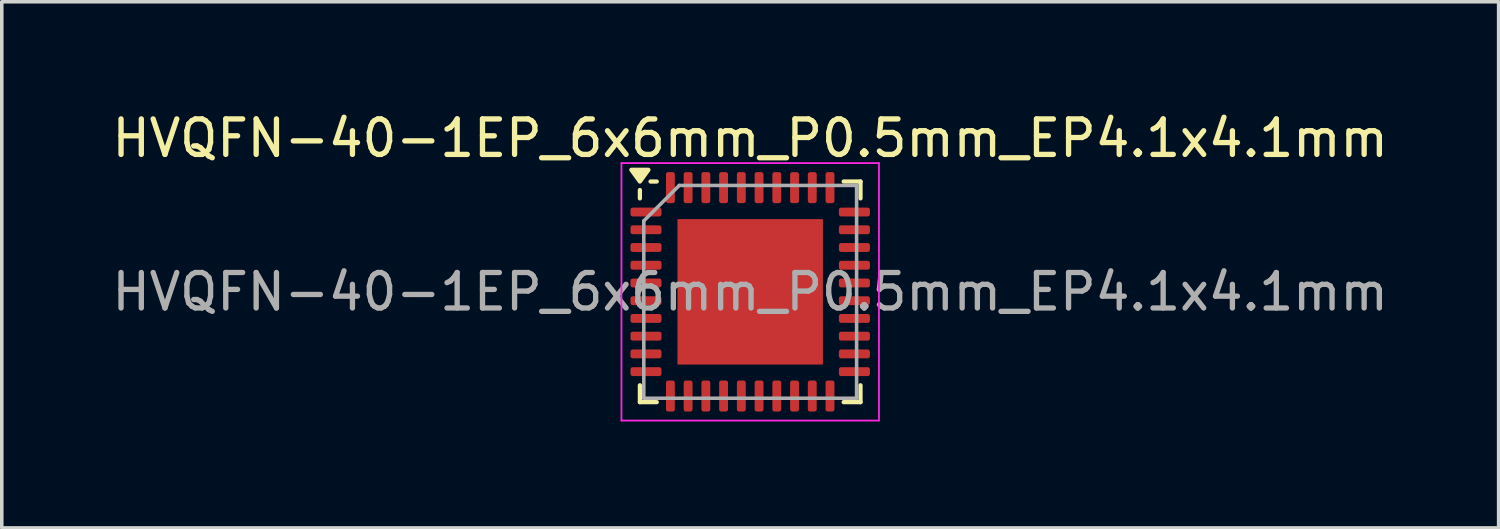
<source format=kicad_pcb>
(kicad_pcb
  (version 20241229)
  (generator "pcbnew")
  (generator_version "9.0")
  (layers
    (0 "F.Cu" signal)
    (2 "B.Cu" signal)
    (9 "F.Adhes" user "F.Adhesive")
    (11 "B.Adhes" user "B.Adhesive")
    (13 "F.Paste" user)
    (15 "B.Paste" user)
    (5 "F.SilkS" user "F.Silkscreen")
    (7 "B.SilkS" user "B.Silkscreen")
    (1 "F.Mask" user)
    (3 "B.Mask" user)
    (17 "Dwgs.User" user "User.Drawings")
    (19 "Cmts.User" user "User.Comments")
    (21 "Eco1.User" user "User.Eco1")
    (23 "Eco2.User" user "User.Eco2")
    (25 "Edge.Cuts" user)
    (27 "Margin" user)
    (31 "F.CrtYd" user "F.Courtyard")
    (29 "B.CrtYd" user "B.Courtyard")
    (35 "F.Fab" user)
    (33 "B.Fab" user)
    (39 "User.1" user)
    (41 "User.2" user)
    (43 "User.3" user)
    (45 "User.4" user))
  (footprint "HVQFN-40-1EP_6x6mm_P0.5mm_EP4.1x4.1mm"
    (layer "F.Cu")
    (at 18.101 5.178)
    (property "Reference" "HVQFN-40-1EP_6x6mm_P0.5mm_EP4.1x4.1mm" (at 0 -4.33 0) (layer "F.SilkS") (effects (font (size 1 1) (thickness 0.15))))
    (attr smd)
    (fp_line (start -3.11 -2.635) (end -3.11 -2.87) (stroke (width 0.12) (type solid)) (layer "F.SilkS"))
    (fp_line (start -3.11 3.11) (end -3.11 2.635) (stroke (width 0.12) (type solid)) (layer "F.SilkS"))
    (fp_line (start -2.635 -3.11) (end -2.81 -3.11) (stroke (width 0.12) (type solid)) (layer "F.SilkS"))
    (fp_line (start -2.635 3.11) (end -3.11 3.11) (stroke (width 0.12) (type solid)) (layer "F.SilkS"))
    (fp_line (start 2.635 -3.11) (end 3.11 -3.11) (stroke (width 0.12) (type solid)) (layer "F.SilkS"))
    (fp_line (start 2.635 3.11) (end 3.11 3.11) (stroke (width 0.12) (type solid)) (layer "F.SilkS"))
    (fp_line (start 3.11 -3.11) (end 3.11 -2.635) (stroke (width 0.12) (type solid)) (layer "F.SilkS"))
    (fp_line (start 3.11 3.11) (end 3.11 2.635) (stroke (width 0.12) (type solid)) (layer "F.SilkS"))
    (fp_poly (pts (xy -3.11 -3.11) (xy -3.35 -3.44) (xy -2.87 -3.44) (xy -3.11 -3.11)) (stroke (width 0.12) (type solid)) (fill yes) (layer "F.SilkS"))
    (fp_line (start -3.63 -3.63) (end -3.63 3.63) (stroke (width 0.05) (type solid)) (layer "F.CrtYd"))
    (fp_line (start -3.63 3.63) (end 3.63 3.63) (stroke (width 0.05) (type solid)) (layer "F.CrtYd"))
    (fp_line (start 3.63 -3.63) (end -3.63 -3.63) (stroke (width 0.05) (type solid)) (layer "F.CrtYd"))
    (fp_line (start 3.63 3.63) (end 3.63 -3.63) (stroke (width 0.05) (type solid)) (layer "F.CrtYd"))
    (fp_line (start -3 -2) (end -2 -3) (stroke (width 0.1) (type solid)) (layer "F.Fab"))
    (fp_line (start -3 3) (end -3 -2) (stroke (width 0.1) (type solid)) (layer "F.Fab"))
    (fp_line (start -2 -3) (end 3 -3) (stroke (width 0.1) (type solid)) (layer "F.Fab"))
    (fp_line (start 3 -3) (end 3 3) (stroke (width 0.1) (type solid)) (layer "F.Fab"))
    (fp_line (start 3 3) (end -3 3) (stroke (width 0.1) (type solid)) (layer "F.Fab"))
    (fp_text user "${REFERENCE}" (at 0 0 0) (layer "F.Fab") (effects (font (size 1 1) (thickness 0.15))))
    (pad "" smd roundrect (at -1.37 -1.37) (size 1.1 1.1) (layers "F.Paste") (roundrect_rratio 0.227))
    (pad "" smd roundrect (at -1.37 0) (size 1.1 1.1) (layers "F.Paste") (roundrect_rratio 0.227))
    (pad "" smd roundrect (at -1.37 1.37) (size 1.1 1.1) (layers "F.Paste") (roundrect_rratio 0.227))
    (pad "" smd roundrect (at 0 -1.37) (size 1.1 1.1) (layers "F.Paste") (roundrect_rratio 0.227))
    (pad "" smd roundrect (at 0 0) (size 1.1 1.1) (layers "F.Paste") (roundrect_rratio 0.227))
    (pad "" smd roundrect (at 0 1.37) (size 1.1 1.1) (layers "F.Paste") (roundrect_rratio 0.227))
    (pad "" smd roundrect (at 1.37 -1.37) (size 1.1 1.1) (layers "F.Paste") (roundrect_rratio 0.227))
    (pad "" smd roundrect (at 1.37 0) (size 1.1 1.1) (layers "F.Paste") (roundrect_rratio 0.227))
    (pad "" smd roundrect (at 1.37 1.37) (size 1.1 1.1) (layers "F.Paste") (roundrect_rratio 0.227))
    (pad "1" smd roundrect (at -2.938 -2.25) (size 0.875 0.25) (layers "F.Cu" "F.Mask" "F.Paste") (roundrect_rratio 0.25))
    (pad "2" smd roundrect (at -2.938 -1.75) (size 0.875 0.25) (layers "F.Cu" "F.Mask" "F.Paste") (roundrect_rratio 0.25))
    (pad "3" smd roundrect (at -2.938 -1.25) (size 0.875 0.25) (layers "F.Cu" "F.Mask" "F.Paste") (roundrect_rratio 0.25))
    (pad "4" smd roundrect (at -2.938 -0.75) (size 0.875 0.25) (layers "F.Cu" "F.Mask" "F.Paste") (roundrect_rratio 0.25))
    (pad "5" smd roundrect (at -2.938 -0.25) (size 0.875 0.25) (layers "F.Cu" "F.Mask" "F.Paste") (roundrect_rratio 0.25))
    (pad "6" smd roundrect (at -2.938 0.25) (size 0.875 0.25) (layers "F.Cu" "F.Mask" "F.Paste") (roundrect_rratio 0.25))
    (pad "7" smd roundrect (at -2.938 0.75) (size 0.875 0.25) (layers "F.Cu" "F.Mask" "F.Paste") (roundrect_rratio 0.25))
    (pad "8" smd roundrect (at -2.938 1.25) (size 0.875 0.25) (layers "F.Cu" "F.Mask" "F.Paste") (roundrect_rratio 0.25))
    (pad "9" smd roundrect (at -2.938 1.75) (size 0.875 0.25) (layers "F.Cu" "F.Mask" "F.Paste") (roundrect_rratio 0.25))
    (pad "10" smd roundrect (at -2.938 2.25) (size 0.875 0.25) (layers "F.Cu" "F.Mask" "F.Paste") (roundrect_rratio 0.25))
    (pad "11" smd roundrect (at -2.25 2.938) (size 0.25 0.875) (layers "F.Cu" "F.Mask" "F.Paste") (roundrect_rratio 0.25))
    (pad "12" smd roundrect (at -1.75 2.938) (size 0.25 0.875) (layers "F.Cu" "F.Mask" "F.Paste") (roundrect_rratio 0.25))
    (pad "13" smd roundrect (at -1.25 2.938) (size 0.25 0.875) (layers "F.Cu" "F.Mask" "F.Paste") (roundrect_rratio 0.25))
    (pad "14" smd roundrect (at -0.75 2.938) (size 0.25 0.875) (layers "F.Cu" "F.Mask" "F.Paste") (roundrect_rratio 0.25))
    (pad "15" smd roundrect (at -0.25 2.938) (size 0.25 0.875) (layers "F.Cu" "F.Mask" "F.Paste") (roundrect_rratio 0.25))
    (pad "16" smd roundrect (at 0.25 2.938) (size 0.25 0.875) (layers "F.Cu" "F.Mask" "F.Paste") (roundrect_rratio 0.25))
    (pad "17" smd roundrect (at 0.75 2.938) (size 0.25 0.875) (layers "F.Cu" "F.Mask" "F.Paste") (roundrect_rratio 0.25))
    (pad "18" smd roundrect (at 1.25 2.938) (size 0.25 0.875) (layers "F.Cu" "F.Mask" "F.Paste") (roundrect_rratio 0.25))
    (pad "19" smd roundrect (at 1.75 2.938) (size 0.25 0.875) (layers "F.Cu" "F.Mask" "F.Paste") (roundrect_rratio 0.25))
    (pad "20" smd roundrect (at 2.25 2.938) (size 0.25 0.875) (layers "F.Cu" "F.Mask" "F.Paste") (roundrect_rratio 0.25))
    (pad "21" smd roundrect (at 2.938 2.25) (size 0.875 0.25) (layers "F.Cu" "F.Mask" "F.Paste") (roundrect_rratio 0.25))
    (pad "22" smd roundrect (at 2.938 1.75) (size 0.875 0.25) (layers "F.Cu" "F.Mask" "F.Paste") (roundrect_rratio 0.25))
    (pad "23" smd roundrect (at 2.938 1.25) (size 0.875 0.25) (layers "F.Cu" "F.Mask" "F.Paste") (roundrect_rratio 0.25))
    (pad "24" smd roundrect (at 2.938 0.75) (size 0.875 0.25) (layers "F.Cu" "F.Mask" "F.Paste") (roundrect_rratio 0.25))
    (pad "25" smd roundrect (at 2.938 0.25) (size 0.875 0.25) (layers "F.Cu" "F.Mask" "F.Paste") (roundrect_rratio 0.25))
    (pad "26" smd roundrect (at 2.938 -0.25) (size 0.875 0.25) (layers "F.Cu" "F.Mask" "F.Paste") (roundrect_rratio 0.25))
    (pad "27" smd roundrect (at 2.938 -0.75) (size 0.875 0.25) (layers "F.Cu" "F.Mask" "F.Paste") (roundrect_rratio 0.25))
    (pad "28" smd roundrect (at 2.938 -1.25) (size 0.875 0.25) (layers "F.Cu" "F.Mask" "F.Paste") (roundrect_rratio 0.25))
    (pad "29" smd roundrect (at 2.938 -1.75) (size 0.875 0.25) (layers "F.Cu" "F.Mask" "F.Paste") (roundrect_rratio 0.25))
    (pad "30" smd roundrect (at 2.938 -2.25) (size 0.875 0.25) (layers "F.Cu" "F.Mask" "F.Paste") (roundrect_rratio 0.25))
    (pad "31" smd roundrect (at 2.25 -2.938) (size 0.25 0.875) (layers "F.Cu" "F.Mask" "F.Paste") (roundrect_rratio 0.25))
    (pad "32" smd roundrect (at 1.75 -2.938) (size 0.25 0.875) (layers "F.Cu" "F.Mask" "F.Paste") (roundrect_rratio 0.25))
    (pad "33" smd roundrect (at 1.25 -2.938) (size 0.25 0.875) (layers "F.Cu" "F.Mask" "F.Paste") (roundrect_rratio 0.25))
    (pad "34" smd roundrect (at 0.75 -2.938) (size 0.25 0.875) (layers "F.Cu" "F.Mask" "F.Paste") (roundrect_rratio 0.25))
    (pad "35" smd roundrect (at 0.25 -2.938) (size 0.25 0.875) (layers "F.Cu" "F.Mask" "F.Paste") (roundrect_rratio 0.25))
    (pad "36" smd roundrect (at -0.25 -2.938) (size 0.25 0.875) (layers "F.Cu" "F.Mask" "F.Paste") (roundrect_rratio 0.25))
    (pad "37" smd roundrect (at -0.75 -2.938) (size 0.25 0.875) (layers "F.Cu" "F.Mask" "F.Paste") (roundrect_rratio 0.25))
    (pad "38" smd roundrect (at -1.25 -2.938) (size 0.25 0.875) (layers "F.Cu" "F.Mask" "F.Paste") (roundrect_rratio 0.25))
    (pad "39" smd roundrect (at -1.75 -2.938) (size 0.25 0.875) (layers "F.Cu" "F.Mask" "F.Paste") (roundrect_rratio 0.25))
    (pad "40" smd roundrect (at -2.25 -2.938) (size 0.25 0.875) (layers "F.Cu" "F.Mask" "F.Paste") (roundrect_rratio 0.25))
    (pad "41" smd rect (at 0 0) (size 4.1 4.1) (property pad_prop_heatsink) (layers "F.Cu" "F.Mask")))
  (gr_rect
    (start -3 -3)
    (end 39.202 11.833)
    (stroke (width 0.1) (type default))
    (fill no)
    (layer "Edge.Cuts")))
</source>
